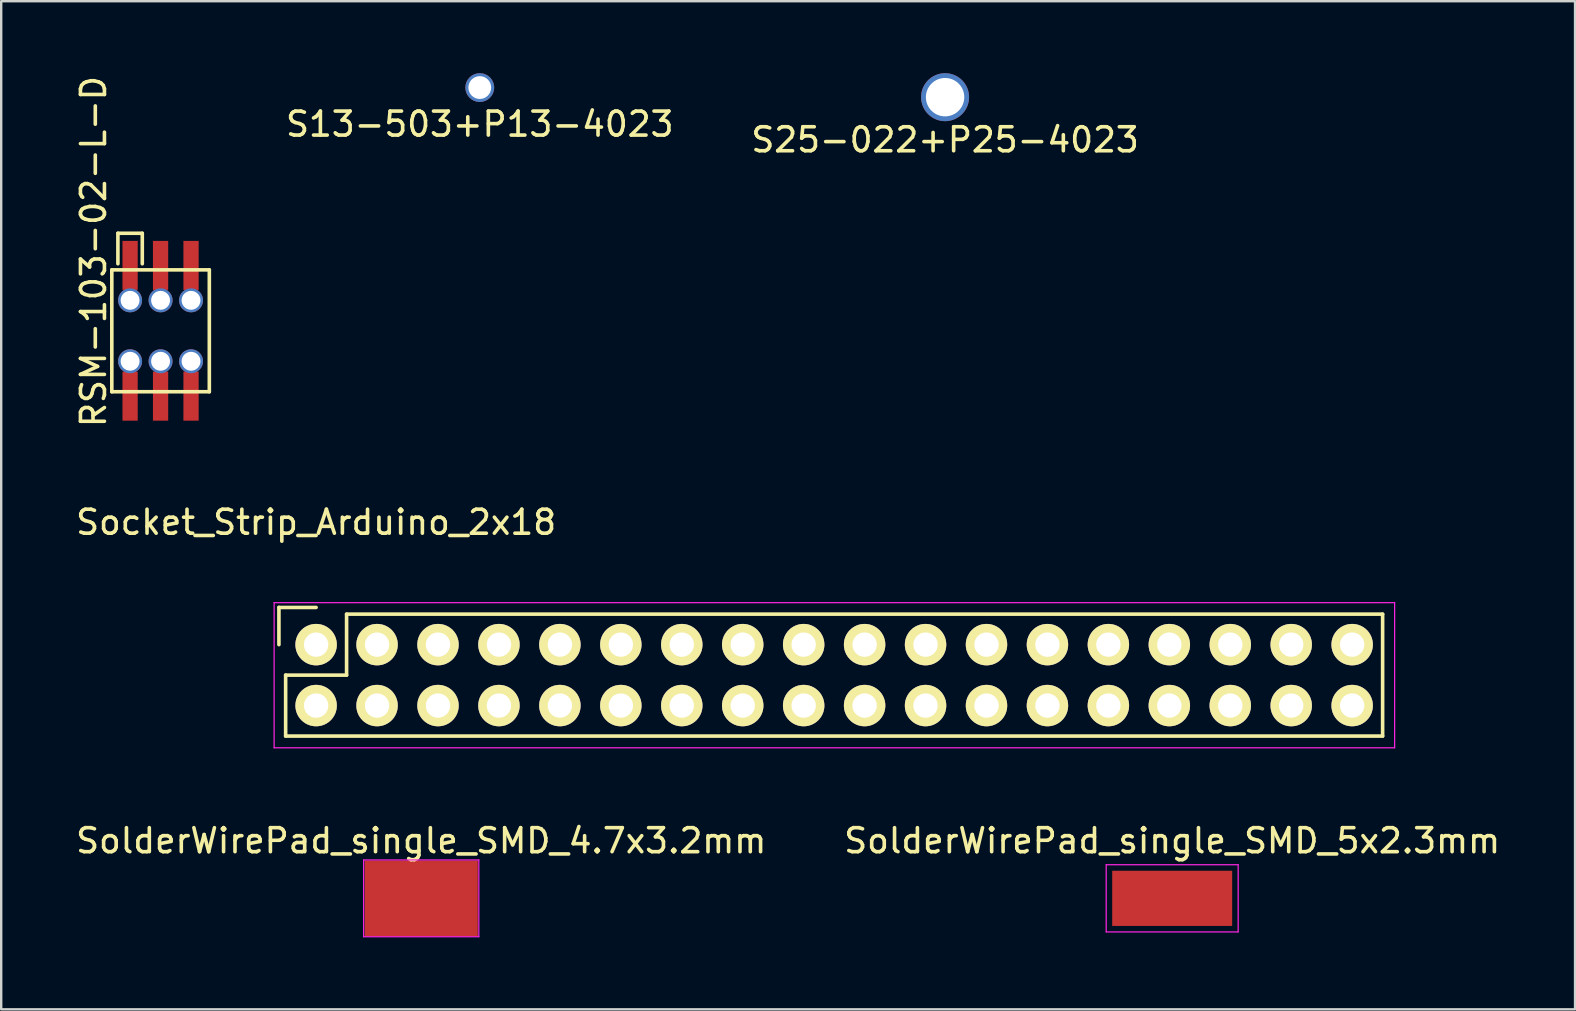
<source format=kicad_pcb>
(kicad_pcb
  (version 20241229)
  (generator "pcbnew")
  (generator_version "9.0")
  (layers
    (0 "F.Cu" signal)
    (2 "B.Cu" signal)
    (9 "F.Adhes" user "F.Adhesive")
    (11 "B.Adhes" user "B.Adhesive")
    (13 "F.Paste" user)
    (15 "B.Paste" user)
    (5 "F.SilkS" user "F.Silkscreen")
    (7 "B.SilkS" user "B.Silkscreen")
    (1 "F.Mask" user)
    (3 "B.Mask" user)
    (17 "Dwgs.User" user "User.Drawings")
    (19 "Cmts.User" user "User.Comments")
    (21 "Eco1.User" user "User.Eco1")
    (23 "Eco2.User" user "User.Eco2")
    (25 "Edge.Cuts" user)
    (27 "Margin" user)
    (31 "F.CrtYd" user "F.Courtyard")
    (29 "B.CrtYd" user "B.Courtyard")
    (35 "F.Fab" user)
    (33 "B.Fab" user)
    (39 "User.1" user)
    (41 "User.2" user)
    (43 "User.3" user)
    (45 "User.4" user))
  (footprint "SolderWirePad_single_SMD_4.7x3.2mm"
    (layer "F.Cu")
    (at 14.506 34.391)
    (property "Reference" "SolderWirePad_single_SMD_4.7x3.2mm" (at 0 -2.4 0) (layer "F.SilkS") (effects (font (size 1 1) (thickness 0.15))))
    (attr smd)
    (fp_line (start -2.4 -1.6) (end -2.4 1.6) (stroke (width 0.05) (type solid)) (layer "F.CrtYd"))
    (fp_line (start -2.4 1.6) (end 2.4 1.6) (stroke (width 0.05) (type solid)) (layer "F.CrtYd"))
    (fp_line (start 2.4 -1.6) (end -2.4 -1.6) (stroke (width 0.05) (type solid)) (layer "F.CrtYd"))
    (fp_line (start 2.4 1.6) (end 2.4 -1.6) (stroke (width 0.05) (type solid)) (layer "F.CrtYd"))
    (pad "1" smd rect (at 0 0) (size 4.713 3.155) (layers "F.Cu" "F.Mask" "F.Paste")))
  (footprint "S25-022+P25-4023"
    (layer "F.Cu")
    (at 36.339 1)
    (property "Reference" "S25-022+P25-4023" (at 0 1.778 0) (layer "F.SilkS") (effects (font (size 1 1) (thickness 0.15))))
    (attr through_hole)
    (pad "1" thru_hole circle (at 0 0) (size 2 2) (drill 1.6) (layers "*.Cu" "*.Mask")))
  (footprint "RSM-103-02-L-D"
    (layer "F.Cu")
    (at 2.372 7.911)
    (property "Reference" "RSM-103-02-L-D" (at -1.524 -0.476 90) (layer "F.SilkS") (effects (font (size 1 1) (thickness 0.15))))
    (attr through_hole)
    (fp_line (start -0.762 0.286) (end -0.762 5.366) (stroke (width 0.15) (type solid)) (layer "F.SilkS"))
    (fp_line (start -0.762 0.286) (end 3.302 0.286) (stroke (width 0.15) (type solid)) (layer "F.SilkS"))
    (fp_line (start -0.762 5.366) (end 3.302 5.366) (stroke (width 0.15) (type solid)) (layer "F.SilkS"))
    (fp_line (start -0.508 -1.238) (end 0.508 -1.238) (stroke (width 0.15) (type solid)) (layer "F.SilkS"))
    (fp_line (start -0.508 0.032) (end -0.508 -1.238) (stroke (width 0.15) (type solid)) (layer "F.SilkS"))
    (fp_line (start 0.508 -1.238) (end 0.508 0.032) (stroke (width 0.15) (type solid)) (layer "F.SilkS"))
    (fp_line (start 3.302 5.366) (end 3.302 0.286) (stroke (width 0.15) (type solid)) (layer "F.SilkS"))
    (pad "1" smd rect (at 0 0.1) (size 0.635 2.042) (layers "F.Cu" "F.Mask" "F.Paste"))
    (pad "1" thru_hole circle (at 0 1.556) (size 1 1) (drill 0.787) (layers "*.Cu" "*.Mask"))
    (pad "2" thru_hole circle (at 0 4.096) (size 1 1) (drill 0.787) (layers "*.Cu" "*.Mask"))
    (pad "2" smd rect (at 0 5.551) (size 0.635 2.042) (layers "F.Cu" "F.Mask" "F.Paste"))
    (pad "3" smd rect (at 1.27 0.1) (size 0.635 2.042) (layers "F.Cu" "F.Mask" "F.Paste"))
    (pad "3" thru_hole circle (at 1.27 1.556) (size 1 1) (drill 0.787) (layers "*.Cu" "*.Mask"))
    (pad "4" thru_hole circle (at 1.27 4.096) (size 1 1) (drill 0.787) (layers "*.Cu" "*.Mask"))
    (pad "4" smd rect (at 1.27 5.551) (size 0.635 2.042) (layers "F.Cu" "F.Mask" "F.Paste"))
    (pad "5" smd rect (at 2.54 0.1) (size 0.635 2.042) (layers "F.Cu" "F.Mask" "F.Paste"))
    (pad "5" thru_hole circle (at 2.54 1.556) (size 1 1) (drill 0.787) (layers "*.Cu" "*.Mask"))
    (pad "6" thru_hole circle (at 2.54 4.096) (size 1 1) (drill 0.787) (layers "*.Cu" "*.Mask"))
    (pad "6" smd rect (at 2.54 5.551) (size 0.635 2.042) (layers "F.Cu" "F.Mask" "F.Paste")))
  (footprint "SolderWirePad_single_SMD_5x2.3mm"
    (layer "F.Cu")
    (at 45.804 34.391)
    (property "Reference" "SolderWirePad_single_SMD_5x2.3mm" (at 0 -2.4 0) (layer "F.SilkS") (effects (font (size 1 1) (thickness 0.15))))
    (attr smd)
    (fp_line (start -2.75 -1.4) (end -2.75 1.4) (stroke (width 0.05) (type solid)) (layer "F.CrtYd"))
    (fp_line (start -2.75 1.4) (end 2.75 1.4) (stroke (width 0.05) (type solid)) (layer "F.CrtYd"))
    (fp_line (start 2.75 -1.4) (end -2.75 -1.4) (stroke (width 0.05) (type solid)) (layer "F.CrtYd"))
    (fp_line (start 2.75 1.4) (end 2.75 -1.4) (stroke (width 0.05) (type solid)) (layer "F.CrtYd"))
    (pad "1" smd rect (at 0 0) (size 5 2.3) (layers "F.Cu" "F.Mask" "F.Paste")))
  (footprint "Socket_Strip_Arduino_2x18"
    (layer "F.Cu")
    (at 10.125 23.817)
    (property "Reference" "Socket_Strip_Arduino_2x18" (at 0 -5.1 0) (layer "F.SilkS") (effects (font (size 1 1) (thickness 0.15))))
    (attr through_hole)
    (fp_line (start -1.55 -1.55) (end -1.55 0) (stroke (width 0.15) (type solid)) (layer "F.SilkS"))
    (fp_line (start -1.27 1.27) (end 1.27 1.27) (stroke (width 0.15) (type solid)) (layer "F.SilkS"))
    (fp_line (start -1.27 3.81) (end -1.27 1.27) (stroke (width 0.15) (type solid)) (layer "F.SilkS"))
    (fp_line (start -1.27 3.81) (end 44.45 3.81) (stroke (width 0.15) (type solid)) (layer "F.SilkS"))
    (fp_line (start 0 -1.55) (end -1.55 -1.55) (stroke (width 0.15) (type solid)) (layer "F.SilkS"))
    (fp_line (start 1.27 1.27) (end 1.27 -1.27) (stroke (width 0.15) (type solid)) (layer "F.SilkS"))
    (fp_line (start 44.45 -1.27) (end 1.27 -1.27) (stroke (width 0.15) (type solid)) (layer "F.SilkS"))
    (fp_line (start 44.45 3.81) (end 44.45 -1.27) (stroke (width 0.15) (type solid)) (layer "F.SilkS"))
    (fp_line (start -1.75 -1.75) (end -1.75 4.3) (stroke (width 0.05) (type solid)) (layer "F.CrtYd"))
    (fp_line (start -1.75 -1.75) (end 44.95 -1.75) (stroke (width 0.05) (type solid)) (layer "F.CrtYd"))
    (fp_line (start -1.75 4.3) (end 44.95 4.3) (stroke (width 0.05) (type solid)) (layer "F.CrtYd"))
    (fp_line (start 44.95 -1.75) (end 44.95 4.3) (stroke (width 0.05) (type solid)) (layer "F.CrtYd"))
    (pad "1" thru_hole circle (at 0 0) (size 1.727 1.727) (drill 1.016) (layers "*.Cu" "*.Mask" "F.SilkS"))
    (pad "2" thru_hole oval (at 0 2.54) (size 1.727 1.727) (drill 1.016) (layers "*.Cu" "*.Mask" "F.SilkS"))
    (pad "3" thru_hole oval (at 2.54 0) (size 1.727 1.727) (drill 1.016) (layers "*.Cu" "*.Mask" "F.SilkS"))
    (pad "4" thru_hole oval (at 2.54 2.54) (size 1.727 1.727) (drill 1.016) (layers "*.Cu" "*.Mask" "F.SilkS"))
    (pad "5" thru_hole oval (at 5.08 0) (size 1.727 1.727) (drill 1.016) (layers "*.Cu" "*.Mask" "F.SilkS"))
    (pad "6" thru_hole oval (at 5.08 2.54) (size 1.727 1.727) (drill 1.016) (layers "*.Cu" "*.Mask" "F.SilkS"))
    (pad "7" thru_hole oval (at 7.62 0) (size 1.727 1.727) (drill 1.016) (layers "*.Cu" "*.Mask" "F.SilkS"))
    (pad "8" thru_hole oval (at 7.62 2.54) (size 1.727 1.727) (drill 1.016) (layers "*.Cu" "*.Mask" "F.SilkS"))
    (pad "9" thru_hole oval (at 10.16 0) (size 1.727 1.727) (drill 1.016) (layers "*.Cu" "*.Mask" "F.SilkS"))
    (pad "10" thru_hole oval (at 10.16 2.54) (size 1.727 1.727) (drill 1.016) (layers "*.Cu" "*.Mask" "F.SilkS"))
    (pad "11" thru_hole oval (at 12.7 0) (size 1.727 1.727) (drill 1.016) (layers "*.Cu" "*.Mask" "F.SilkS"))
    (pad "12" thru_hole oval (at 12.7 2.54) (size 1.727 1.727) (drill 1.016) (layers "*.Cu" "*.Mask" "F.SilkS"))
    (pad "13" thru_hole oval (at 15.24 0) (size 1.727 1.727) (drill 1.016) (layers "*.Cu" "*.Mask" "F.SilkS"))
    (pad "14" thru_hole oval (at 15.24 2.54) (size 1.727 1.727) (drill 1.016) (layers "*.Cu" "*.Mask" "F.SilkS"))
    (pad "15" thru_hole oval (at 17.78 0) (size 1.727 1.727) (drill 1.016) (layers "*.Cu" "*.Mask" "F.SilkS"))
    (pad "16" thru_hole oval (at 17.78 2.54) (size 1.727 1.727) (drill 1.016) (layers "*.Cu" "*.Mask" "F.SilkS"))
    (pad "17" thru_hole oval (at 20.32 0) (size 1.727 1.727) (drill 1.016) (layers "*.Cu" "*.Mask" "F.SilkS"))
    (pad "18" thru_hole oval (at 20.32 2.54) (size 1.727 1.727) (drill 1.016) (layers "*.Cu" "*.Mask" "F.SilkS"))
    (pad "19" thru_hole oval (at 22.86 0) (size 1.727 1.727) (drill 1.016) (layers "*.Cu" "*.Mask" "F.SilkS"))
    (pad "20" thru_hole oval (at 22.86 2.54) (size 1.727 1.727) (drill 1.016) (layers "*.Cu" "*.Mask" "F.SilkS"))
    (pad "21" thru_hole oval (at 25.4 0) (size 1.727 1.727) (drill 1.016) (layers "*.Cu" "*.Mask" "F.SilkS"))
    (pad "22" thru_hole oval (at 25.4 2.54) (size 1.727 1.727) (drill 1.016) (layers "*.Cu" "*.Mask" "F.SilkS"))
    (pad "23" thru_hole oval (at 27.94 0) (size 1.727 1.727) (drill 1.016) (layers "*.Cu" "*.Mask" "F.SilkS"))
    (pad "24" thru_hole oval (at 27.94 2.54) (size 1.727 1.727) (drill 1.016) (layers "*.Cu" "*.Mask" "F.SilkS"))
    (pad "25" thru_hole oval (at 30.48 0) (size 1.727 1.727) (drill 1.016) (layers "*.Cu" "*.Mask" "F.SilkS"))
    (pad "26" thru_hole oval (at 30.48 2.54) (size 1.727 1.727) (drill 1.016) (layers "*.Cu" "*.Mask" "F.SilkS"))
    (pad "27" thru_hole oval (at 33.02 0) (size 1.727 1.727) (drill 1.016) (layers "*.Cu" "*.Mask" "F.SilkS"))
    (pad "28" thru_hole oval (at 33.02 2.54) (size 1.727 1.727) (drill 1.016) (layers "*.Cu" "*.Mask" "F.SilkS"))
    (pad "29" thru_hole oval (at 35.56 0) (size 1.727 1.727) (drill 1.016) (layers "*.Cu" "*.Mask" "F.SilkS"))
    (pad "30" thru_hole oval (at 35.56 2.54) (size 1.727 1.727) (drill 1.016) (layers "*.Cu" "*.Mask" "F.SilkS"))
    (pad "31" thru_hole oval (at 38.1 0) (size 1.727 1.727) (drill 1.016) (layers "*.Cu" "*.Mask" "F.SilkS"))
    (pad "32" thru_hole oval (at 38.1 2.54) (size 1.727 1.727) (drill 1.016) (layers "*.Cu" "*.Mask" "F.SilkS"))
    (pad "33" thru_hole oval (at 40.64 0) (size 1.727 1.727) (drill 1.016) (layers "*.Cu" "*.Mask" "F.SilkS"))
    (pad "34" thru_hole oval (at 40.64 2.54) (size 1.727 1.727) (drill 1.016) (layers "*.Cu" "*.Mask" "F.SilkS"))
    (pad "35" thru_hole oval (at 43.18 0) (size 1.727 1.727) (drill 1.016) (layers "*.Cu" "*.Mask" "F.SilkS"))
    (pad "36" thru_hole oval (at 43.18 2.54) (size 1.727 1.727) (drill 1.016) (layers "*.Cu" "*.Mask" "F.SilkS")))
  (footprint "S13-503+P13-4023"
    (layer "F.Cu")
    (at 16.946 0.6)
    (property "Reference" "S13-503+P13-4023" (at 0 1.524 0) (layer "F.SilkS") (effects (font (size 1 1) (thickness 0.15))))
    (attr through_hole)
    (pad "1" thru_hole circle (at 0 0) (size 1.2 1.2) (drill 0.95) (layers "*.Cu" "*.Mask")))
  (gr_rect
    (start -3 -3)
    (end 62.595 39.016)
    (stroke (width 0.1) (type default))
    (fill no)
    (layer "Edge.Cuts")))
</source>
